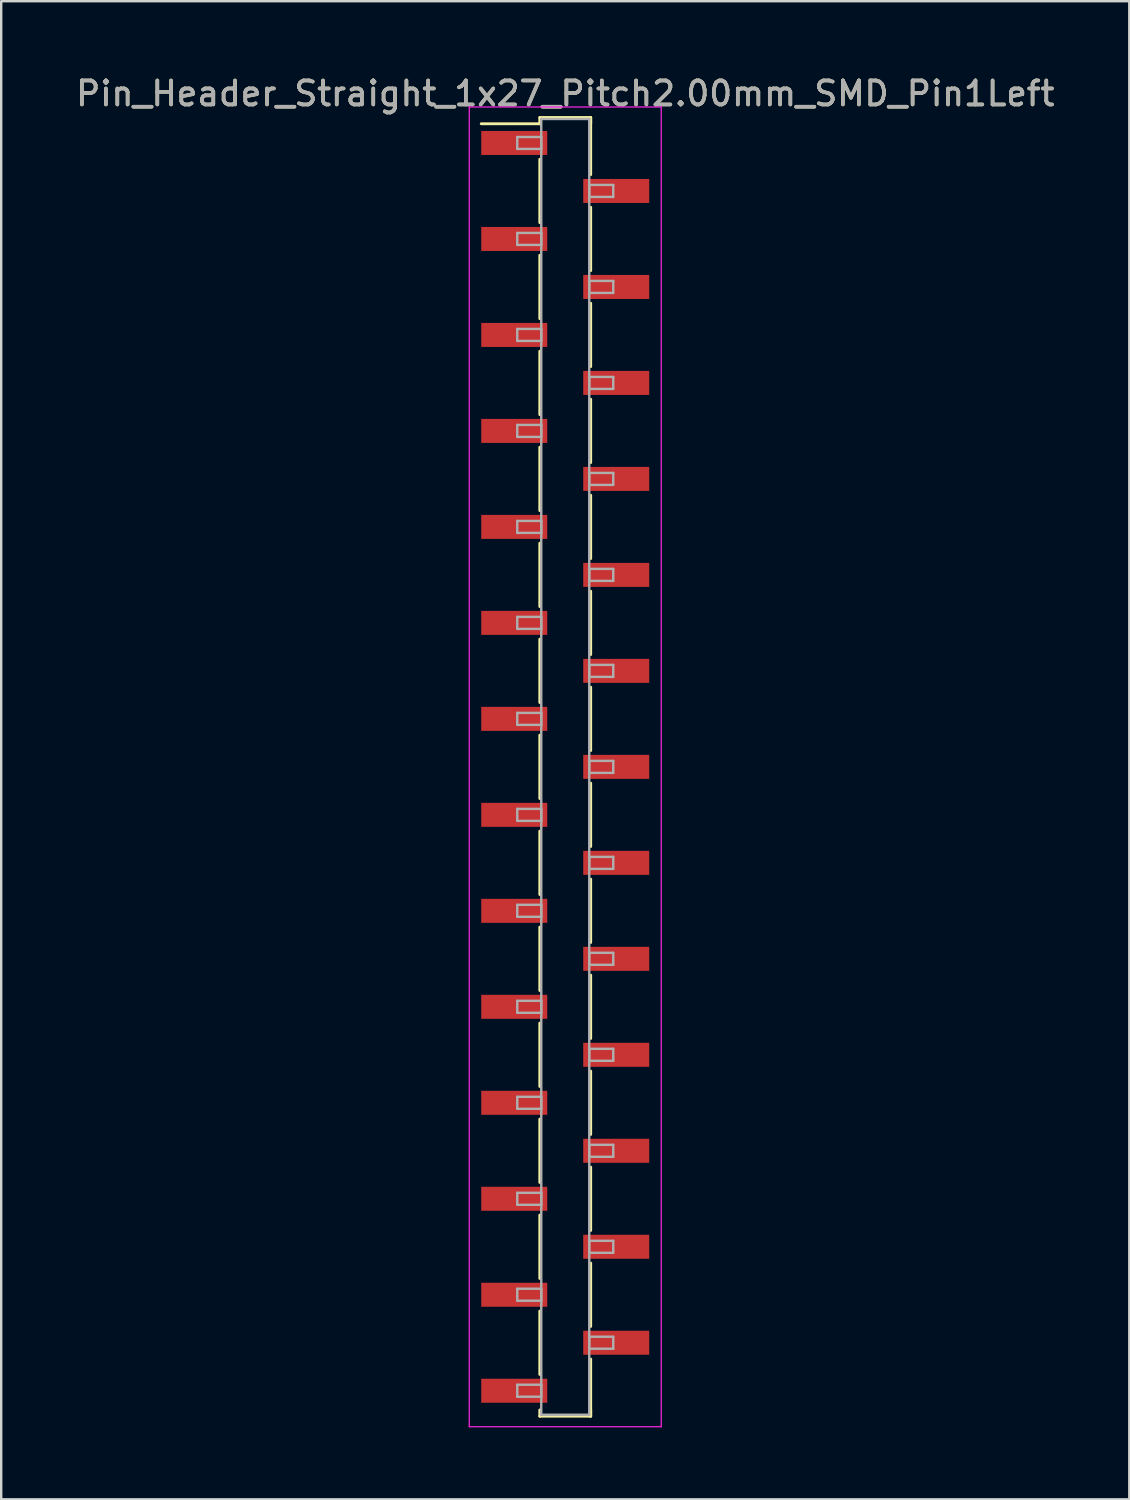
<source format=kicad_pcb>
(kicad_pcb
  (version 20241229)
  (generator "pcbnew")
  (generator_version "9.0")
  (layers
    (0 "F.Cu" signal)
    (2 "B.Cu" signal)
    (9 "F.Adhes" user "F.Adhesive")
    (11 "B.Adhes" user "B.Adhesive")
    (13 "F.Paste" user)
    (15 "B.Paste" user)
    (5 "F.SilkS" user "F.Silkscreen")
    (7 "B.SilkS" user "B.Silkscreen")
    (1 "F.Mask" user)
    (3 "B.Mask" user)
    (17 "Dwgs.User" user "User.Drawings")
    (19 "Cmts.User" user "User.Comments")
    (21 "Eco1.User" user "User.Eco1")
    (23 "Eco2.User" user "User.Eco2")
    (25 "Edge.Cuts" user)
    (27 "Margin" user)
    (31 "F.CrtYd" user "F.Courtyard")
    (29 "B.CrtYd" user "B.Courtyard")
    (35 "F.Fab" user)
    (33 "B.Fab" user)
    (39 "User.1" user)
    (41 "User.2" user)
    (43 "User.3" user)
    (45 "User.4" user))
  (footprint "Pin_Header_Straight_1x27_Pitch2.00mm_SMD_Pin1Left"
    (layer "F.Cu")
    (at 20.506 28.908)
    (property "Reference" "Pin_Header_Straight_1x27_Pitch2.00mm_SMD_Pin1Left" (at 0 -28.06 0) (layer "F.SilkS") (effects (font (size 1 1) (thickness 0.15))))
    (attr smd)
    (fp_line (start -1.06 -27.06) (end 1.06 -27.06) (stroke (width 0.12) (type solid)) (layer "F.SilkS"))
    (fp_line (start -1.06 -26.8) (end -3.5 -26.8) (stroke (width 0.12) (type solid)) (layer "F.SilkS"))
    (fp_line (start -1.06 -26.8) (end -1.06 -27.06) (stroke (width 0.12) (type solid)) (layer "F.SilkS"))
    (fp_line (start -1.06 -25.32) (end -1.06 -22.68) (stroke (width 0.12) (type solid)) (layer "F.SilkS"))
    (fp_line (start -1.06 -21.32) (end -1.06 -18.68) (stroke (width 0.12) (type solid)) (layer "F.SilkS"))
    (fp_line (start -1.06 -17.32) (end -1.06 -14.68) (stroke (width 0.12) (type solid)) (layer "F.SilkS"))
    (fp_line (start -1.06 -13.32) (end -1.06 -10.68) (stroke (width 0.12) (type solid)) (layer "F.SilkS"))
    (fp_line (start -1.06 -9.32) (end -1.06 -6.68) (stroke (width 0.12) (type solid)) (layer "F.SilkS"))
    (fp_line (start -1.06 -5.32) (end -1.06 -2.68) (stroke (width 0.12) (type solid)) (layer "F.SilkS"))
    (fp_line (start -1.06 -1.32) (end -1.06 1.32) (stroke (width 0.12) (type solid)) (layer "F.SilkS"))
    (fp_line (start -1.06 2.68) (end -1.06 5.32) (stroke (width 0.12) (type solid)) (layer "F.SilkS"))
    (fp_line (start -1.06 6.68) (end -1.06 9.32) (stroke (width 0.12) (type solid)) (layer "F.SilkS"))
    (fp_line (start -1.06 10.68) (end -1.06 13.32) (stroke (width 0.12) (type solid)) (layer "F.SilkS"))
    (fp_line (start -1.06 14.68) (end -1.06 17.32) (stroke (width 0.12) (type solid)) (layer "F.SilkS"))
    (fp_line (start -1.06 18.68) (end -1.06 21.32) (stroke (width 0.12) (type solid)) (layer "F.SilkS"))
    (fp_line (start -1.06 22.68) (end -1.06 25.32) (stroke (width 0.12) (type solid)) (layer "F.SilkS"))
    (fp_line (start -1.06 26.8) (end -1.06 27.06) (stroke (width 0.12) (type solid)) (layer "F.SilkS"))
    (fp_line (start -1.06 27.06) (end 1.06 27.06) (stroke (width 0.12) (type solid)) (layer "F.SilkS"))
    (fp_line (start 1.06 -27.06) (end 1.06 -26.8) (stroke (width 0.12) (type solid)) (layer "F.SilkS"))
    (fp_line (start 1.06 -27.06) (end 1.06 -24.68) (stroke (width 0.12) (type solid)) (layer "F.SilkS"))
    (fp_line (start 1.06 -23.32) (end 1.06 -20.68) (stroke (width 0.12) (type solid)) (layer "F.SilkS"))
    (fp_line (start 1.06 -19.32) (end 1.06 -16.68) (stroke (width 0.12) (type solid)) (layer "F.SilkS"))
    (fp_line (start 1.06 -15.32) (end 1.06 -12.68) (stroke (width 0.12) (type solid)) (layer "F.SilkS"))
    (fp_line (start 1.06 -11.32) (end 1.06 -8.68) (stroke (width 0.12) (type solid)) (layer "F.SilkS"))
    (fp_line (start 1.06 -7.32) (end 1.06 -4.68) (stroke (width 0.12) (type solid)) (layer "F.SilkS"))
    (fp_line (start 1.06 -3.32) (end 1.06 -0.68) (stroke (width 0.12) (type solid)) (layer "F.SilkS"))
    (fp_line (start 1.06 0.68) (end 1.06 3.32) (stroke (width 0.12) (type solid)) (layer "F.SilkS"))
    (fp_line (start 1.06 4.68) (end 1.06 7.32) (stroke (width 0.12) (type solid)) (layer "F.SilkS"))
    (fp_line (start 1.06 8.68) (end 1.06 11.32) (stroke (width 0.12) (type solid)) (layer "F.SilkS"))
    (fp_line (start 1.06 12.68) (end 1.06 15.32) (stroke (width 0.12) (type solid)) (layer "F.SilkS"))
    (fp_line (start 1.06 16.68) (end 1.06 19.32) (stroke (width 0.12) (type solid)) (layer "F.SilkS"))
    (fp_line (start 1.06 20.68) (end 1.06 23.32) (stroke (width 0.12) (type solid)) (layer "F.SilkS"))
    (fp_line (start 1.06 24.68) (end 1.06 27.06) (stroke (width 0.12) (type solid)) (layer "F.SilkS"))
    (fp_line (start 1.06 27.06) (end 1.06 26.8) (stroke (width 0.12) (type solid)) (layer "F.SilkS"))
    (fp_line (start -4 -27.5) (end -4 27.5) (stroke (width 0.05) (type solid)) (layer "F.CrtYd"))
    (fp_line (start -4 27.5) (end 4 27.5) (stroke (width 0.05) (type solid)) (layer "F.CrtYd"))
    (fp_line (start 4 -27.5) (end -4 -27.5) (stroke (width 0.05) (type solid)) (layer "F.CrtYd"))
    (fp_line (start 4 27.5) (end 4 -27.5) (stroke (width 0.05) (type solid)) (layer "F.CrtYd"))
    (fp_line (start -2 -26.25) (end -1 -26.25) (stroke (width 0.1) (type solid)) (layer "F.Fab"))
    (fp_line (start -2 -25.75) (end -2 -26.25) (stroke (width 0.1) (type solid)) (layer "F.Fab"))
    (fp_line (start -2 -22.25) (end -1 -22.25) (stroke (width 0.1) (type solid)) (layer "F.Fab"))
    (fp_line (start -2 -21.75) (end -2 -22.25) (stroke (width 0.1) (type solid)) (layer "F.Fab"))
    (fp_line (start -2 -18.25) (end -1 -18.25) (stroke (width 0.1) (type solid)) (layer "F.Fab"))
    (fp_line (start -2 -17.75) (end -2 -18.25) (stroke (width 0.1) (type solid)) (layer "F.Fab"))
    (fp_line (start -2 -14.25) (end -1 -14.25) (stroke (width 0.1) (type solid)) (layer "F.Fab"))
    (fp_line (start -2 -13.75) (end -2 -14.25) (stroke (width 0.1) (type solid)) (layer "F.Fab"))
    (fp_line (start -2 -10.25) (end -1 -10.25) (stroke (width 0.1) (type solid)) (layer "F.Fab"))
    (fp_line (start -2 -9.75) (end -2 -10.25) (stroke (width 0.1) (type solid)) (layer "F.Fab"))
    (fp_line (start -2 -6.25) (end -1 -6.25) (stroke (width 0.1) (type solid)) (layer "F.Fab"))
    (fp_line (start -2 -5.75) (end -2 -6.25) (stroke (width 0.1) (type solid)) (layer "F.Fab"))
    (fp_line (start -2 -2.25) (end -1 -2.25) (stroke (width 0.1) (type solid)) (layer "F.Fab"))
    (fp_line (start -2 -1.75) (end -2 -2.25) (stroke (width 0.1) (type solid)) (layer "F.Fab"))
    (fp_line (start -2 1.75) (end -1 1.75) (stroke (width 0.1) (type solid)) (layer "F.Fab"))
    (fp_line (start -2 2.25) (end -2 1.75) (stroke (width 0.1) (type solid)) (layer "F.Fab"))
    (fp_line (start -2 5.75) (end -1 5.75) (stroke (width 0.1) (type solid)) (layer "F.Fab"))
    (fp_line (start -2 6.25) (end -2 5.75) (stroke (width 0.1) (type solid)) (layer "F.Fab"))
    (fp_line (start -2 9.75) (end -1 9.75) (stroke (width 0.1) (type solid)) (layer "F.Fab"))
    (fp_line (start -2 10.25) (end -2 9.75) (stroke (width 0.1) (type solid)) (layer "F.Fab"))
    (fp_line (start -2 13.75) (end -1 13.75) (stroke (width 0.1) (type solid)) (layer "F.Fab"))
    (fp_line (start -2 14.25) (end -2 13.75) (stroke (width 0.1) (type solid)) (layer "F.Fab"))
    (fp_line (start -2 17.75) (end -1 17.75) (stroke (width 0.1) (type solid)) (layer "F.Fab"))
    (fp_line (start -2 18.25) (end -2 17.75) (stroke (width 0.1) (type solid)) (layer "F.Fab"))
    (fp_line (start -2 21.75) (end -1 21.75) (stroke (width 0.1) (type solid)) (layer "F.Fab"))
    (fp_line (start -2 22.25) (end -2 21.75) (stroke (width 0.1) (type solid)) (layer "F.Fab"))
    (fp_line (start -2 25.75) (end -1 25.75) (stroke (width 0.1) (type solid)) (layer "F.Fab"))
    (fp_line (start -2 26.25) (end -2 25.75) (stroke (width 0.1) (type solid)) (layer "F.Fab"))
    (fp_line (start -1 -27) (end -1 27) (stroke (width 0.1) (type solid)) (layer "F.Fab"))
    (fp_line (start -1 -26.25) (end -1 -25.75) (stroke (width 0.1) (type solid)) (layer "F.Fab"))
    (fp_line (start -1 -25.75) (end -2 -25.75) (stroke (width 0.1) (type solid)) (layer "F.Fab"))
    (fp_line (start -1 -22.25) (end -1 -21.75) (stroke (width 0.1) (type solid)) (layer "F.Fab"))
    (fp_line (start -1 -21.75) (end -2 -21.75) (stroke (width 0.1) (type solid)) (layer "F.Fab"))
    (fp_line (start -1 -18.25) (end -1 -17.75) (stroke (width 0.1) (type solid)) (layer "F.Fab"))
    (fp_line (start -1 -17.75) (end -2 -17.75) (stroke (width 0.1) (type solid)) (layer "F.Fab"))
    (fp_line (start -1 -14.25) (end -1 -13.75) (stroke (width 0.1) (type solid)) (layer "F.Fab"))
    (fp_line (start -1 -13.75) (end -2 -13.75) (stroke (width 0.1) (type solid)) (layer "F.Fab"))
    (fp_line (start -1 -10.25) (end -1 -9.75) (stroke (width 0.1) (type solid)) (layer "F.Fab"))
    (fp_line (start -1 -9.75) (end -2 -9.75) (stroke (width 0.1) (type solid)) (layer "F.Fab"))
    (fp_line (start -1 -6.25) (end -1 -5.75) (stroke (width 0.1) (type solid)) (layer "F.Fab"))
    (fp_line (start -1 -5.75) (end -2 -5.75) (stroke (width 0.1) (type solid)) (layer "F.Fab"))
    (fp_line (start -1 -2.25) (end -1 -1.75) (stroke (width 0.1) (type solid)) (layer "F.Fab"))
    (fp_line (start -1 -1.75) (end -2 -1.75) (stroke (width 0.1) (type solid)) (layer "F.Fab"))
    (fp_line (start -1 1.75) (end -1 2.25) (stroke (width 0.1) (type solid)) (layer "F.Fab"))
    (fp_line (start -1 2.25) (end -2 2.25) (stroke (width 0.1) (type solid)) (layer "F.Fab"))
    (fp_line (start -1 5.75) (end -1 6.25) (stroke (width 0.1) (type solid)) (layer "F.Fab"))
    (fp_line (start -1 6.25) (end -2 6.25) (stroke (width 0.1) (type solid)) (layer "F.Fab"))
    (fp_line (start -1 9.75) (end -1 10.25) (stroke (width 0.1) (type solid)) (layer "F.Fab"))
    (fp_line (start -1 10.25) (end -2 10.25) (stroke (width 0.1) (type solid)) (layer "F.Fab"))
    (fp_line (start -1 13.75) (end -1 14.25) (stroke (width 0.1) (type solid)) (layer "F.Fab"))
    (fp_line (start -1 14.25) (end -2 14.25) (stroke (width 0.1) (type solid)) (layer "F.Fab"))
    (fp_line (start -1 17.75) (end -1 18.25) (stroke (width 0.1) (type solid)) (layer "F.Fab"))
    (fp_line (start -1 18.25) (end -2 18.25) (stroke (width 0.1) (type solid)) (layer "F.Fab"))
    (fp_line (start -1 21.75) (end -1 22.25) (stroke (width 0.1) (type solid)) (layer "F.Fab"))
    (fp_line (start -1 22.25) (end -2 22.25) (stroke (width 0.1) (type solid)) (layer "F.Fab"))
    (fp_line (start -1 25.75) (end -1 26.25) (stroke (width 0.1) (type solid)) (layer "F.Fab"))
    (fp_line (start -1 26.25) (end -2 26.25) (stroke (width 0.1) (type solid)) (layer "F.Fab"))
    (fp_line (start -1 27) (end 1 27) (stroke (width 0.1) (type solid)) (layer "F.Fab"))
    (fp_line (start 1 -27) (end -1 -27) (stroke (width 0.1) (type solid)) (layer "F.Fab"))
    (fp_line (start 1 -24.25) (end 1 -23.75) (stroke (width 0.1) (type solid)) (layer "F.Fab"))
    (fp_line (start 1 -23.75) (end 2 -23.75) (stroke (width 0.1) (type solid)) (layer "F.Fab"))
    (fp_line (start 1 -20.25) (end 1 -19.75) (stroke (width 0.1) (type solid)) (layer "F.Fab"))
    (fp_line (start 1 -19.75) (end 2 -19.75) (stroke (width 0.1) (type solid)) (layer "F.Fab"))
    (fp_line (start 1 -16.25) (end 1 -15.75) (stroke (width 0.1) (type solid)) (layer "F.Fab"))
    (fp_line (start 1 -15.75) (end 2 -15.75) (stroke (width 0.1) (type solid)) (layer "F.Fab"))
    (fp_line (start 1 -12.25) (end 1 -11.75) (stroke (width 0.1) (type solid)) (layer "F.Fab"))
    (fp_line (start 1 -11.75) (end 2 -11.75) (stroke (width 0.1) (type solid)) (layer "F.Fab"))
    (fp_line (start 1 -8.25) (end 1 -7.75) (stroke (width 0.1) (type solid)) (layer "F.Fab"))
    (fp_line (start 1 -7.75) (end 2 -7.75) (stroke (width 0.1) (type solid)) (layer "F.Fab"))
    (fp_line (start 1 -4.25) (end 1 -3.75) (stroke (width 0.1) (type solid)) (layer "F.Fab"))
    (fp_line (start 1 -3.75) (end 2 -3.75) (stroke (width 0.1) (type solid)) (layer "F.Fab"))
    (fp_line (start 1 -0.25) (end 1 0.25) (stroke (width 0.1) (type solid)) (layer "F.Fab"))
    (fp_line (start 1 0.25) (end 2 0.25) (stroke (width 0.1) (type solid)) (layer "F.Fab"))
    (fp_line (start 1 3.75) (end 1 4.25) (stroke (width 0.1) (type solid)) (layer "F.Fab"))
    (fp_line (start 1 4.25) (end 2 4.25) (stroke (width 0.1) (type solid)) (layer "F.Fab"))
    (fp_line (start 1 7.75) (end 1 8.25) (stroke (width 0.1) (type solid)) (layer "F.Fab"))
    (fp_line (start 1 8.25) (end 2 8.25) (stroke (width 0.1) (type solid)) (layer "F.Fab"))
    (fp_line (start 1 11.75) (end 1 12.25) (stroke (width 0.1) (type solid)) (layer "F.Fab"))
    (fp_line (start 1 12.25) (end 2 12.25) (stroke (width 0.1) (type solid)) (layer "F.Fab"))
    (fp_line (start 1 15.75) (end 1 16.25) (stroke (width 0.1) (type solid)) (layer "F.Fab"))
    (fp_line (start 1 16.25) (end 2 16.25) (stroke (width 0.1) (type solid)) (layer "F.Fab"))
    (fp_line (start 1 19.75) (end 1 20.25) (stroke (width 0.1) (type solid)) (layer "F.Fab"))
    (fp_line (start 1 20.25) (end 2 20.25) (stroke (width 0.1) (type solid)) (layer "F.Fab"))
    (fp_line (start 1 23.75) (end 1 24.25) (stroke (width 0.1) (type solid)) (layer "F.Fab"))
    (fp_line (start 1 24.25) (end 2 24.25) (stroke (width 0.1) (type solid)) (layer "F.Fab"))
    (fp_line (start 1 27) (end 1 -27) (stroke (width 0.1) (type solid)) (layer "F.Fab"))
    (fp_line (start 2 -24.25) (end 1 -24.25) (stroke (width 0.1) (type solid)) (layer "F.Fab"))
    (fp_line (start 2 -23.75) (end 2 -24.25) (stroke (width 0.1) (type solid)) (layer "F.Fab"))
    (fp_line (start 2 -20.25) (end 1 -20.25) (stroke (width 0.1) (type solid)) (layer "F.Fab"))
    (fp_line (start 2 -19.75) (end 2 -20.25) (stroke (width 0.1) (type solid)) (layer "F.Fab"))
    (fp_line (start 2 -16.25) (end 1 -16.25) (stroke (width 0.1) (type solid)) (layer "F.Fab"))
    (fp_line (start 2 -15.75) (end 2 -16.25) (stroke (width 0.1) (type solid)) (layer "F.Fab"))
    (fp_line (start 2 -12.25) (end 1 -12.25) (stroke (width 0.1) (type solid)) (layer "F.Fab"))
    (fp_line (start 2 -11.75) (end 2 -12.25) (stroke (width 0.1) (type solid)) (layer "F.Fab"))
    (fp_line (start 2 -8.25) (end 1 -8.25) (stroke (width 0.1) (type solid)) (layer "F.Fab"))
    (fp_line (start 2 -7.75) (end 2 -8.25) (stroke (width 0.1) (type solid)) (layer "F.Fab"))
    (fp_line (start 2 -4.25) (end 1 -4.25) (stroke (width 0.1) (type solid)) (layer "F.Fab"))
    (fp_line (start 2 -3.75) (end 2 -4.25) (stroke (width 0.1) (type solid)) (layer "F.Fab"))
    (fp_line (start 2 -0.25) (end 1 -0.25) (stroke (width 0.1) (type solid)) (layer "F.Fab"))
    (fp_line (start 2 0.25) (end 2 -0.25) (stroke (width 0.1) (type solid)) (layer "F.Fab"))
    (fp_line (start 2 3.75) (end 1 3.75) (stroke (width 0.1) (type solid)) (layer "F.Fab"))
    (fp_line (start 2 4.25) (end 2 3.75) (stroke (width 0.1) (type solid)) (layer "F.Fab"))
    (fp_line (start 2 7.75) (end 1 7.75) (stroke (width 0.1) (type solid)) (layer "F.Fab"))
    (fp_line (start 2 8.25) (end 2 7.75) (stroke (width 0.1) (type solid)) (layer "F.Fab"))
    (fp_line (start 2 11.75) (end 1 11.75) (stroke (width 0.1) (type solid)) (layer "F.Fab"))
    (fp_line (start 2 12.25) (end 2 11.75) (stroke (width 0.1) (type solid)) (layer "F.Fab"))
    (fp_line (start 2 15.75) (end 1 15.75) (stroke (width 0.1) (type solid)) (layer "F.Fab"))
    (fp_line (start 2 16.25) (end 2 15.75) (stroke (width 0.1) (type solid)) (layer "F.Fab"))
    (fp_line (start 2 19.75) (end 1 19.75) (stroke (width 0.1) (type solid)) (layer "F.Fab"))
    (fp_line (start 2 20.25) (end 2 19.75) (stroke (width 0.1) (type solid)) (layer "F.Fab"))
    (fp_line (start 2 23.75) (end 1 23.75) (stroke (width 0.1) (type solid)) (layer "F.Fab"))
    (fp_line (start 2 24.25) (end 2 23.75) (stroke (width 0.1) (type solid)) (layer "F.Fab"))
    (fp_text user "${REFERENCE}" (at 0 -28.06 0) (layer "F.Fab") (effects (font (size 1 1) (thickness 0.15))))
    (pad "1" smd rect (at -2.125 -26) (size 2.75 1) (layers "F.Cu" "F.Mask" "F.Paste"))
    (pad "2" smd rect (at 2.125 -24) (size 2.75 1) (layers "F.Cu" "F.Mask" "F.Paste"))
    (pad "3" smd rect (at -2.125 -22) (size 2.75 1) (layers "F.Cu" "F.Mask" "F.Paste"))
    (pad "4" smd rect (at 2.125 -20) (size 2.75 1) (layers "F.Cu" "F.Mask" "F.Paste"))
    (pad "5" smd rect (at -2.125 -18) (size 2.75 1) (layers "F.Cu" "F.Mask" "F.Paste"))
    (pad "6" smd rect (at 2.125 -16) (size 2.75 1) (layers "F.Cu" "F.Mask" "F.Paste"))
    (pad "7" smd rect (at -2.125 -14) (size 2.75 1) (layers "F.Cu" "F.Mask" "F.Paste"))
    (pad "8" smd rect (at 2.125 -12) (size 2.75 1) (layers "F.Cu" "F.Mask" "F.Paste"))
    (pad "9" smd rect (at -2.125 -10) (size 2.75 1) (layers "F.Cu" "F.Mask" "F.Paste"))
    (pad "10" smd rect (at 2.125 -8) (size 2.75 1) (layers "F.Cu" "F.Mask" "F.Paste"))
    (pad "11" smd rect (at -2.125 -6) (size 2.75 1) (layers "F.Cu" "F.Mask" "F.Paste"))
    (pad "12" smd rect (at 2.125 -4) (size 2.75 1) (layers "F.Cu" "F.Mask" "F.Paste"))
    (pad "13" smd rect (at -2.125 -2) (size 2.75 1) (layers "F.Cu" "F.Mask" "F.Paste"))
    (pad "14" smd rect (at 2.125 0) (size 2.75 1) (layers "F.Cu" "F.Mask" "F.Paste"))
    (pad "15" smd rect (at -2.125 2) (size 2.75 1) (layers "F.Cu" "F.Mask" "F.Paste"))
    (pad "16" smd rect (at 2.125 4) (size 2.75 1) (layers "F.Cu" "F.Mask" "F.Paste"))
    (pad "17" smd rect (at -2.125 6) (size 2.75 1) (layers "F.Cu" "F.Mask" "F.Paste"))
    (pad "18" smd rect (at 2.125 8) (size 2.75 1) (layers "F.Cu" "F.Mask" "F.Paste"))
    (pad "19" smd rect (at -2.125 10) (size 2.75 1) (layers "F.Cu" "F.Mask" "F.Paste"))
    (pad "20" smd rect (at 2.125 12) (size 2.75 1) (layers "F.Cu" "F.Mask" "F.Paste"))
    (pad "21" smd rect (at -2.125 14) (size 2.75 1) (layers "F.Cu" "F.Mask" "F.Paste"))
    (pad "22" smd rect (at 2.125 16) (size 2.75 1) (layers "F.Cu" "F.Mask" "F.Paste"))
    (pad "23" smd rect (at -2.125 18) (size 2.75 1) (layers "F.Cu" "F.Mask" "F.Paste"))
    (pad "24" smd rect (at 2.125 20) (size 2.75 1) (layers "F.Cu" "F.Mask" "F.Paste"))
    (pad "25" smd rect (at -2.125 22) (size 2.75 1) (layers "F.Cu" "F.Mask" "F.Paste"))
    (pad "26" smd rect (at 2.125 24) (size 2.75 1) (layers "F.Cu" "F.Mask" "F.Paste"))
    (pad "27" smd rect (at -2.125 26) (size 2.75 1) (layers "F.Cu" "F.Mask" "F.Paste")))
  (gr_rect
    (start -3 -3)
    (end 44.012 59.433)
    (stroke (width 0.1) (type default))
    (fill no)
    (layer "Edge.Cuts")))
</source>
